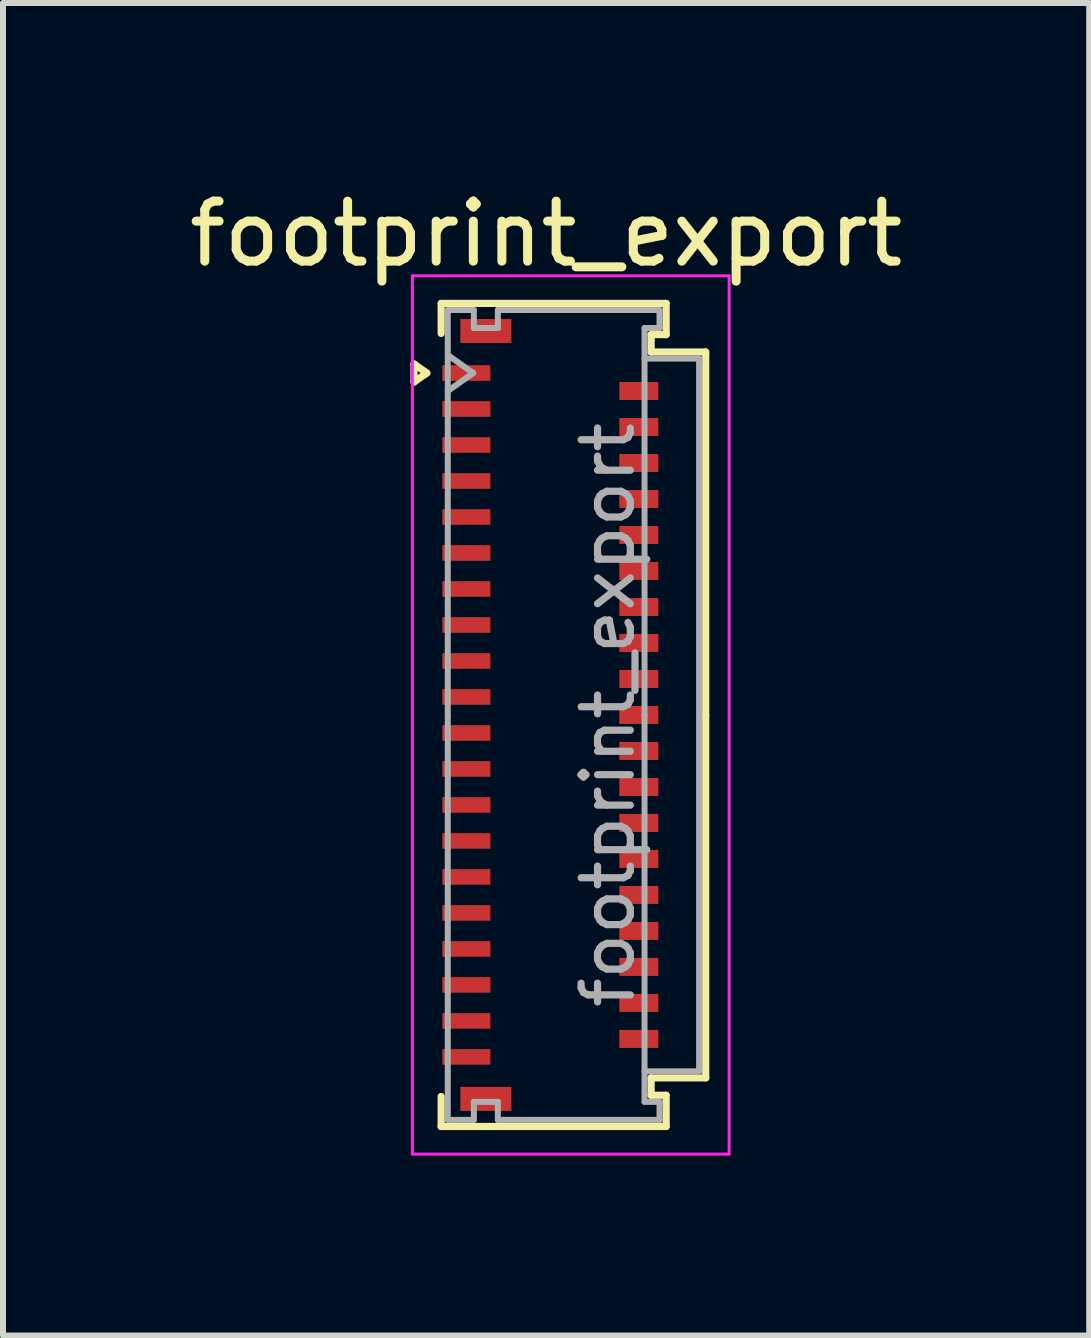
<source format=kicad_pcb>
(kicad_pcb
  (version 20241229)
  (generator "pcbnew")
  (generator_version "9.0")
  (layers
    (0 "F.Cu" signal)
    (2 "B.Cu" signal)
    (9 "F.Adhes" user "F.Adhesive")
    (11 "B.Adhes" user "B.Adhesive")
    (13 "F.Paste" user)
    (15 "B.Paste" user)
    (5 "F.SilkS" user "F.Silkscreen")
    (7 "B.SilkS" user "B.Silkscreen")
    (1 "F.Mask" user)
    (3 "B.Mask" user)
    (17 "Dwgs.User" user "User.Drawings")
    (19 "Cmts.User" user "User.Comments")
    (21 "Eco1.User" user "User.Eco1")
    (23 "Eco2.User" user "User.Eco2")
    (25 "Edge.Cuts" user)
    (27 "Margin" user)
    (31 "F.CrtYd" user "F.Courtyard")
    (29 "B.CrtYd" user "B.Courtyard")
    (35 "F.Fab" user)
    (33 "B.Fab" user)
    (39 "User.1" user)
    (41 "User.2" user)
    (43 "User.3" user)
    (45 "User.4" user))
  (footprint "footprint_export"
    (layer "F.Cu")
    (at 6.124 8.868)
    (property "Reference" "footprint_export" (at -0.07 -8.02 0) (layer "F.SilkS") (effects (font (size 1 1) (thickness 0.15))))
    (attr smd)
    (fp_line (start -2.272 -5.85) (end -2.06 -5.7) (stroke (width 0.12) (type solid)) (layer "F.SilkS"))
    (fp_line (start -2.272 -5.55) (end -2.272 -5.85) (stroke (width 0.12) (type solid)) (layer "F.SilkS"))
    (fp_line (start -2.06 -5.7) (end -2.272 -5.55) (stroke (width 0.12) (type solid)) (layer "F.SilkS"))
    (fp_line (start -1.82 -6.86) (end 1.93 -6.86) (stroke (width 0.12) (type solid)) (layer "F.SilkS"))
    (fp_line (start -1.82 -6.36) (end -1.82 -6.86) (stroke (width 0.12) (type solid)) (layer "F.SilkS"))
    (fp_line (start -1.82 6.36) (end -1.82 6.86) (stroke (width 0.12) (type solid)) (layer "F.SilkS"))
    (fp_line (start -1.82 6.86) (end 1.93 6.86) (stroke (width 0.12) (type solid)) (layer "F.SilkS"))
    (fp_line (start 1.68 -6.34) (end 1.68 -6.05) (stroke (width 0.12) (type solid)) (layer "F.SilkS"))
    (fp_line (start 1.68 -6.05) (end 2.59 -6.05) (stroke (width 0.12) (type solid)) (layer "F.SilkS"))
    (fp_line (start 1.68 6.05) (end 2.59 6.05) (stroke (width 0.12) (type solid)) (layer "F.SilkS"))
    (fp_line (start 1.68 6.34) (end 1.68 6.05) (stroke (width 0.12) (type solid)) (layer "F.SilkS"))
    (fp_line (start 1.93 -6.86) (end 1.93 -6.34) (stroke (width 0.12) (type solid)) (layer "F.SilkS"))
    (fp_line (start 1.93 -6.34) (end 1.68 -6.34) (stroke (width 0.12) (type solid)) (layer "F.SilkS"))
    (fp_line (start 1.93 6.34) (end 1.68 6.34) (stroke (width 0.12) (type solid)) (layer "F.SilkS"))
    (fp_line (start 1.93 6.86) (end 1.93 6.34) (stroke (width 0.12) (type solid)) (layer "F.SilkS"))
    (fp_line (start 2.59 -6.05) (end 2.59 0) (stroke (width 0.12) (type solid)) (layer "F.SilkS"))
    (fp_line (start 2.59 6.05) (end 2.59 0) (stroke (width 0.12) (type solid)) (layer "F.SilkS"))
    (fp_line (start -2.3 -7.32) (end -2.3 7.32) (stroke (width 0.05) (type solid)) (layer "F.CrtYd"))
    (fp_line (start -2.3 7.32) (end 2.98 7.32) (stroke (width 0.05) (type solid)) (layer "F.CrtYd"))
    (fp_line (start 2.98 -7.32) (end -2.3 -7.32) (stroke (width 0.05) (type solid)) (layer "F.CrtYd"))
    (fp_line (start 2.98 7.32) (end 2.98 -7.32) (stroke (width 0.05) (type solid)) (layer "F.CrtYd"))
    (fp_line (start -1.71 -6.75) (end -1.275 -6.75) (stroke (width 0.1) (type solid)) (layer "F.Fab"))
    (fp_line (start -1.71 -6) (end -1.286 -5.7) (stroke (width 0.1) (type solid)) (layer "F.Fab"))
    (fp_line (start -1.71 0) (end -1.71 -6.75) (stroke (width 0.1) (type solid)) (layer "F.Fab"))
    (fp_line (start -1.71 0) (end -1.71 6.75) (stroke (width 0.1) (type solid)) (layer "F.Fab"))
    (fp_line (start -1.71 6.75) (end -1.275 6.75) (stroke (width 0.1) (type solid)) (layer "F.Fab"))
    (fp_line (start -1.286 -5.7) (end -1.71 -5.4) (stroke (width 0.1) (type solid)) (layer "F.Fab"))
    (fp_line (start -1.275 -6.75) (end -1.275 -6.45) (stroke (width 0.1) (type solid)) (layer "F.Fab"))
    (fp_line (start -1.275 -6.45) (end -0.875 -6.45) (stroke (width 0.1) (type solid)) (layer "F.Fab"))
    (fp_line (start -1.275 6.45) (end -0.875 6.45) (stroke (width 0.1) (type solid)) (layer "F.Fab"))
    (fp_line (start -1.275 6.75) (end -1.275 6.45) (stroke (width 0.1) (type solid)) (layer "F.Fab"))
    (fp_line (start -0.875 -6.75) (end 1.82 -6.75) (stroke (width 0.1) (type solid)) (layer "F.Fab"))
    (fp_line (start -0.875 -6.45) (end -0.875 -6.75) (stroke (width 0.1) (type solid)) (layer "F.Fab"))
    (fp_line (start -0.875 6.45) (end -0.875 6.75) (stroke (width 0.1) (type solid)) (layer "F.Fab"))
    (fp_line (start -0.875 6.75) (end 1.82 6.75) (stroke (width 0.1) (type solid)) (layer "F.Fab"))
    (fp_line (start 1.57 -6.45) (end 1.57 0) (stroke (width 0.1) (type solid)) (layer "F.Fab"))
    (fp_line (start 1.57 -5.94) (end 2.48 -5.94) (stroke (width 0.1) (type solid)) (layer "F.Fab"))
    (fp_line (start 1.57 6.45) (end 1.57 0) (stroke (width 0.1) (type solid)) (layer "F.Fab"))
    (fp_line (start 1.82 -6.75) (end 1.82 -6.45) (stroke (width 0.1) (type solid)) (layer "F.Fab"))
    (fp_line (start 1.82 -6.45) (end 1.57 -6.45) (stroke (width 0.1) (type solid)) (layer "F.Fab"))
    (fp_line (start 1.82 6.45) (end 1.57 6.45) (stroke (width 0.1) (type solid)) (layer "F.Fab"))
    (fp_line (start 1.82 6.75) (end 1.82 6.45) (stroke (width 0.1) (type solid)) (layer "F.Fab"))
    (fp_line (start 2.48 -5.94) (end 2.48 5.94) (stroke (width 0.1) (type solid)) (layer "F.Fab"))
    (fp_line (start 2.48 5.94) (end 1.57 5.94) (stroke (width 0.1) (type solid)) (layer "F.Fab"))
    (fp_text user "${REFERENCE}" (at 0.96 0 90) (layer "F.Fab") (effects (font (size 0.82 0.82) (thickness 0.12))))
    (pad "1" smd rect (at -1.4 -5.7) (size 0.8 0.26) (layers "F.Cu" "F.Mask" "F.Paste"))
    (pad "2" smd rect (at 1.475 -5.4) (size 0.65 0.3) (layers "F.Cu" "F.Mask" "F.Paste"))
    (pad "3" smd rect (at -1.4 -5.1) (size 0.8 0.26) (layers "F.Cu" "F.Mask" "F.Paste"))
    (pad "4" smd rect (at 1.475 -4.8) (size 0.65 0.3) (layers "F.Cu" "F.Mask" "F.Paste"))
    (pad "5" smd rect (at -1.4 -4.5) (size 0.8 0.26) (layers "F.Cu" "F.Mask" "F.Paste"))
    (pad "6" smd rect (at 1.475 -4.2) (size 0.65 0.3) (layers "F.Cu" "F.Mask" "F.Paste"))
    (pad "7" smd rect (at -1.4 -3.9) (size 0.8 0.26) (layers "F.Cu" "F.Mask" "F.Paste"))
    (pad "8" smd rect (at 1.475 -3.6) (size 0.65 0.3) (layers "F.Cu" "F.Mask" "F.Paste"))
    (pad "9" smd rect (at -1.4 -3.3) (size 0.8 0.26) (layers "F.Cu" "F.Mask" "F.Paste"))
    (pad "10" smd rect (at 1.475 -3) (size 0.65 0.3) (layers "F.Cu" "F.Mask" "F.Paste"))
    (pad "11" smd rect (at -1.4 -2.7) (size 0.8 0.26) (layers "F.Cu" "F.Mask" "F.Paste"))
    (pad "12" smd rect (at 1.475 -2.4) (size 0.65 0.3) (layers "F.Cu" "F.Mask" "F.Paste"))
    (pad "13" smd rect (at -1.4 -2.1) (size 0.8 0.26) (layers "F.Cu" "F.Mask" "F.Paste"))
    (pad "14" smd rect (at 1.475 -1.8) (size 0.65 0.3) (layers "F.Cu" "F.Mask" "F.Paste"))
    (pad "15" smd rect (at -1.4 -1.5) (size 0.8 0.26) (layers "F.Cu" "F.Mask" "F.Paste"))
    (pad "16" smd rect (at 1.475 -1.2) (size 0.65 0.3) (layers "F.Cu" "F.Mask" "F.Paste"))
    (pad "17" smd rect (at -1.4 -0.9) (size 0.8 0.26) (layers "F.Cu" "F.Mask" "F.Paste"))
    (pad "18" smd rect (at 1.475 -0.6) (size 0.65 0.3) (layers "F.Cu" "F.Mask" "F.Paste"))
    (pad "19" smd rect (at -1.4 -0.3) (size 0.8 0.26) (layers "F.Cu" "F.Mask" "F.Paste"))
    (pad "20" smd rect (at 1.475 0) (size 0.65 0.3) (layers "F.Cu" "F.Mask" "F.Paste"))
    (pad "21" smd rect (at -1.4 0.3) (size 0.8 0.26) (layers "F.Cu" "F.Mask" "F.Paste"))
    (pad "22" smd rect (at 1.475 0.6) (size 0.65 0.3) (layers "F.Cu" "F.Mask" "F.Paste"))
    (pad "23" smd rect (at -1.4 0.9) (size 0.8 0.26) (layers "F.Cu" "F.Mask" "F.Paste"))
    (pad "24" smd rect (at 1.475 1.2) (size 0.65 0.3) (layers "F.Cu" "F.Mask" "F.Paste"))
    (pad "25" smd rect (at -1.4 1.5) (size 0.8 0.26) (layers "F.Cu" "F.Mask" "F.Paste"))
    (pad "26" smd rect (at 1.475 1.8) (size 0.65 0.3) (layers "F.Cu" "F.Mask" "F.Paste"))
    (pad "27" smd rect (at -1.4 2.1) (size 0.8 0.26) (layers "F.Cu" "F.Mask" "F.Paste"))
    (pad "28" smd rect (at 1.475 2.4) (size 0.65 0.3) (layers "F.Cu" "F.Mask" "F.Paste"))
    (pad "29" smd rect (at -1.4 2.7) (size 0.8 0.26) (layers "F.Cu" "F.Mask" "F.Paste"))
    (pad "30" smd rect (at 1.475 3) (size 0.65 0.3) (layers "F.Cu" "F.Mask" "F.Paste"))
    (pad "31" smd rect (at -1.4 3.3) (size 0.8 0.26) (layers "F.Cu" "F.Mask" "F.Paste"))
    (pad "32" smd rect (at 1.475 3.6) (size 0.65 0.3) (layers "F.Cu" "F.Mask" "F.Paste"))
    (pad "33" smd rect (at -1.4 3.9) (size 0.8 0.26) (layers "F.Cu" "F.Mask" "F.Paste"))
    (pad "34" smd rect (at 1.475 4.2) (size 0.65 0.3) (layers "F.Cu" "F.Mask" "F.Paste"))
    (pad "35" smd rect (at -1.4 4.5) (size 0.8 0.26) (layers "F.Cu" "F.Mask" "F.Paste"))
    (pad "36" smd rect (at 1.475 4.8) (size 0.65 0.3) (layers "F.Cu" "F.Mask" "F.Paste"))
    (pad "37" smd rect (at -1.4 5.1) (size 0.8 0.26) (layers "F.Cu" "F.Mask" "F.Paste"))
    (pad "38" smd rect (at 1.475 5.4) (size 0.65 0.3) (layers "F.Cu" "F.Mask" "F.Paste"))
    (pad "39" smd rect (at -1.4 5.7) (size 0.8 0.26) (layers "F.Cu" "F.Mask" "F.Paste"))
    (pad "MP" smd rect (at -1.075 -6.4) (size 0.85 0.4) (layers "F.Cu" "F.Mask" "F.Paste"))
    (pad "MP" smd rect (at -1.075 6.4) (size 0.85 0.4) (layers "F.Cu" "F.Mask" "F.Paste")))
  (gr_rect
    (start -3 -3)
    (end 15.107 19.213)
    (stroke (width 0.1) (type default))
    (fill no)
    (layer "Edge.Cuts")))
</source>
